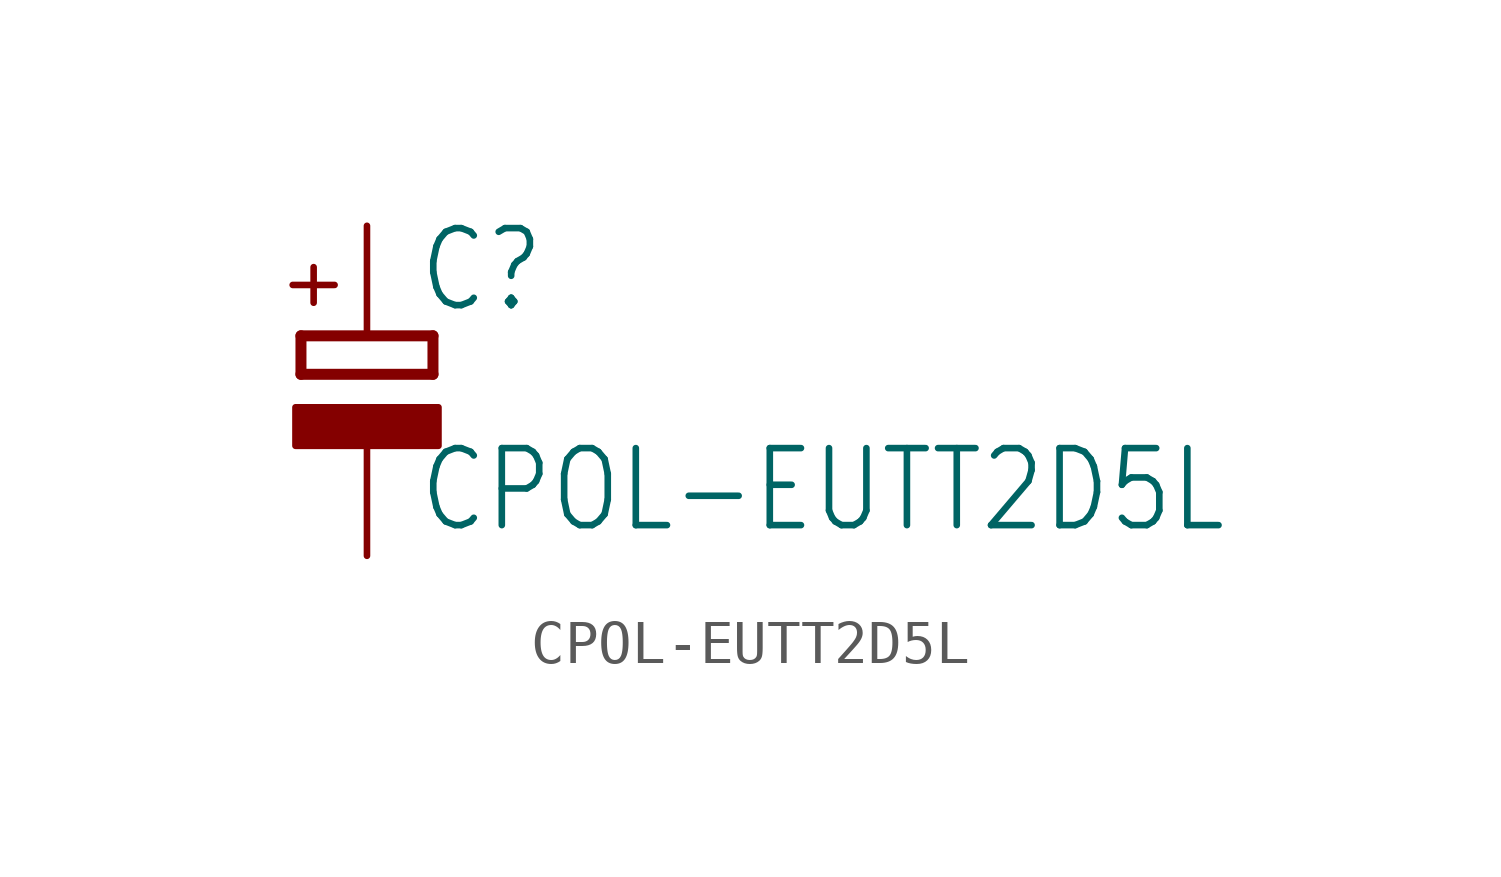
<source format=kicad_sym>
(kicad_symbol_lib
  (version 20210619)
  (generator kicad_symbol_editor)
  (symbol "CPOL-EUTT2D5L"
    (property "Reference" "C"
      (at 1.143 0.483 0)
      (effects (font (size 1.778 1.511)) (justify left bottom)))
    (property "Value" "CPOL-EUTT2D5L"
      (at 1.143 -4.597 0)
      (effects (font (size 1.778 1.511)) (justify left bottom)))
    (property "ki_locked" ""
      (at 0 0 0)
      (effects (font (size 1.27 1.27))))
    (symbol "CPOL-EUTT2D5L_1_0"
      (text "+" (at -0.584 0.406 900) (effects (font (size 1.27 1.079)) (justify left bottom)))
      (rectangle (start -1.651 -2.54) (end 1.651 -1.651) (stroke (width 0)) (fill (type outline)))
      (polyline (pts (xy -1.524 -0.889) (xy 1.524 -0.889)) (stroke (width 0.254)) (fill (type none)))
      (polyline (pts (xy -1.524 0) (xy -1.524 -0.889)) (stroke (width 0.254)) (fill (type none)))
      (polyline (pts (xy -1.524 0) (xy 1.524 0)) (stroke (width 0.254)) (fill (type none)))
      (polyline (pts (xy 1.524 -0.889) (xy 1.524 0)) (stroke (width 0.254)) (fill (type none)))
      (pin passive line (at 0 2.54 270) (length 2.54) (name "+" (effects (font (size 0 0)))) (number "+" (effects (font (size 0 0)))))
      (pin passive line (at 0 -5.08 90) (length 2.54) (name "-" (effects (font (size 0 0)))) (number "-" (effects (font (size 0 0))))))))
</source>
